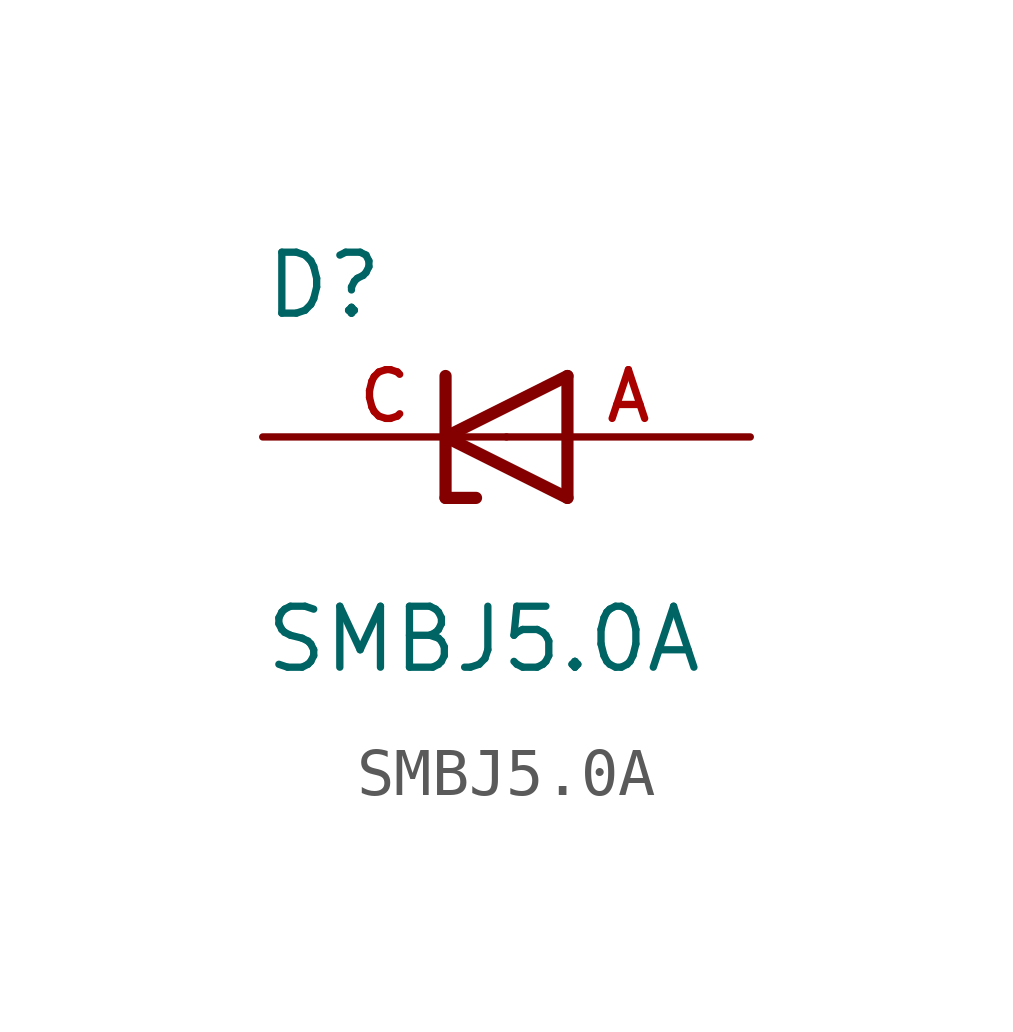
<source format=kicad_sym>
(kicad_symbol_lib
  (version 20211014)
  (generator kicad_symbol_editor)
  (symbol "SMBJ5.0A"
    (pin_names
      (offset 1.016))
    (property "Reference" "D"
      (at -5.084 2.416 0)
      (effects (font (size 1.27 1.27)) (justify bottom left)))
    (property "Value" "SMBJ5.0A"
      (at -5.085 -4.961 0)
      (effects (font (size 1.27 1.27)) (justify bottom left)))
    (symbol "SMBJ5.0A_0_0"
      (polyline (pts (xy 1.27 1.27) (xy -1.27 0.0)) (stroke (width 0.254)))
      (polyline (pts (xy -1.27 0.0) (xy 1.27 -1.27)) (stroke (width 0.254)))
      (polyline (pts (xy -0.635 -1.27) (xy -1.27 -1.27)) (stroke (width 0.254)))
      (polyline (pts (xy -1.27 -1.27) (xy -1.27 0.0)) (stroke (width 0.254)))
      (polyline (pts (xy 1.27 -1.27) (xy 1.27 1.27)) (stroke (width 0.254)))
      (polyline (pts (xy -1.27 0.0) (xy -1.27 1.27)) (stroke (width 0.254)))
      (pin passive line (at 5.08 0.0 180.0) (length 5.08) (name "~" (effects (font (size 1.016 1.016)))) (number "A" (effects (font (size 1.016 1.016)))))
      (pin passive line (at -5.08 0.0 0) (length 5.08) (name "~" (effects (font (size 1.016 1.016)))) (number "C" (effects (font (size 1.016 1.016))))))))
</source>
